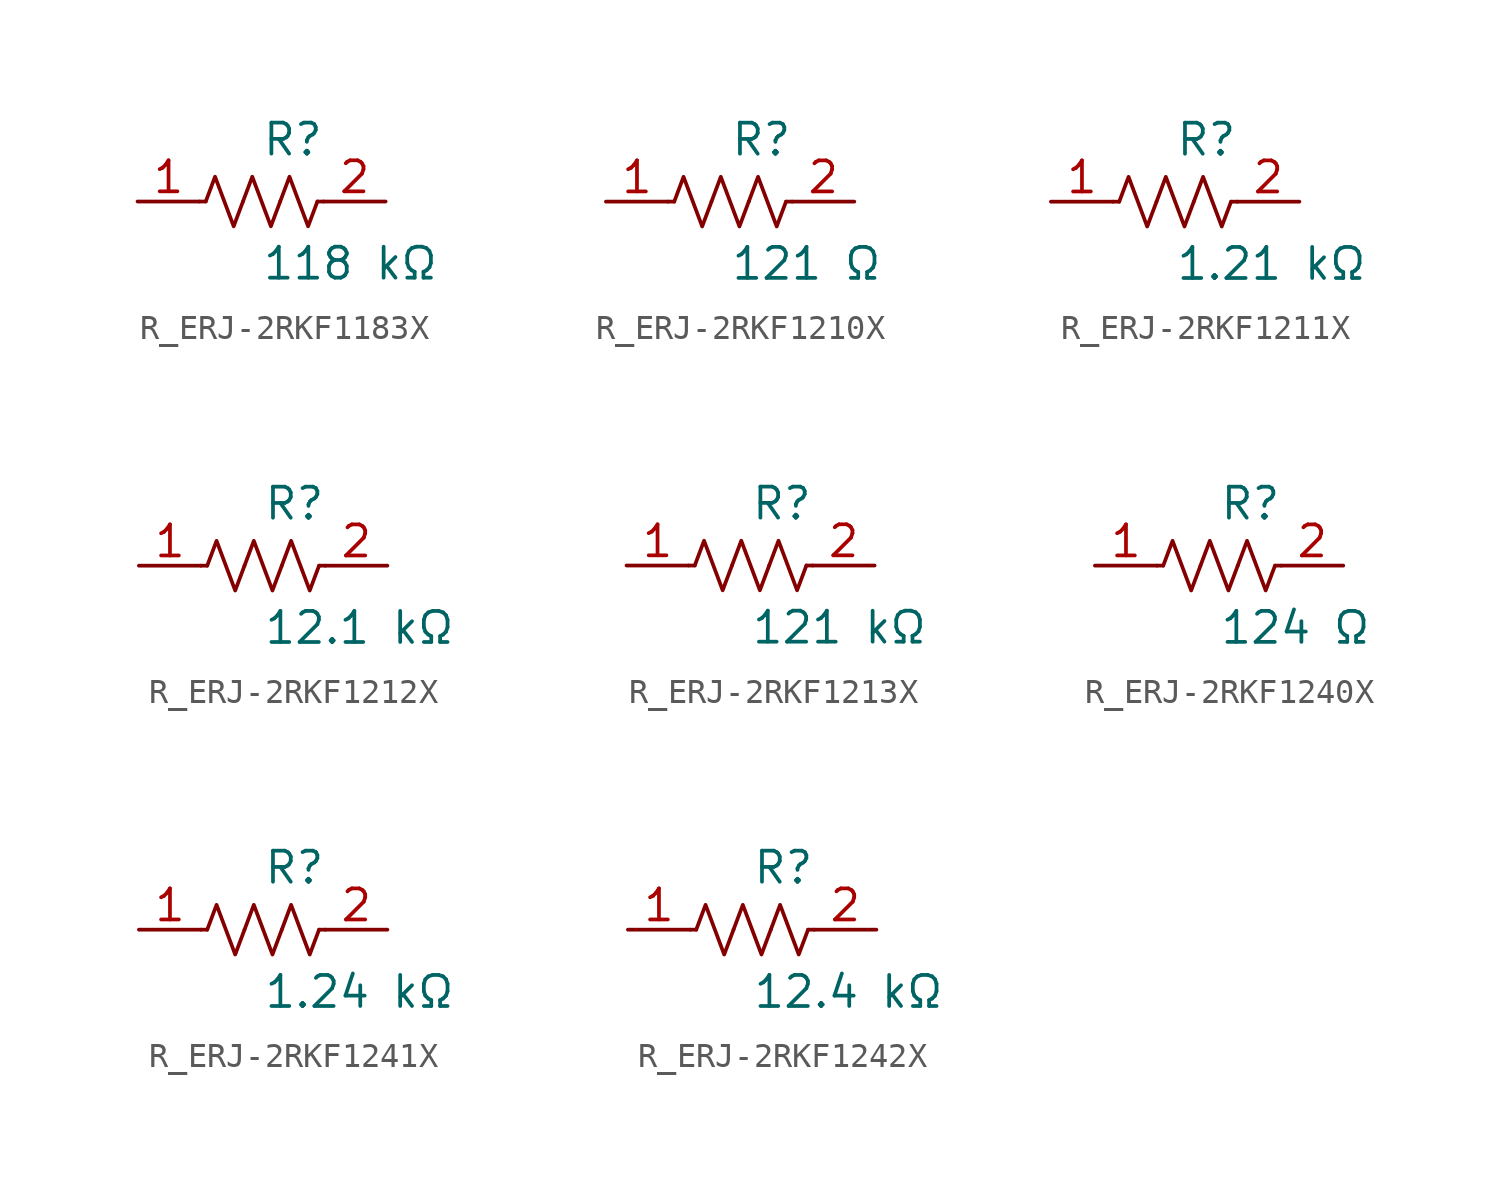
<source format=kicad_sym>
(kicad_symbol_lib
  (version 20231120)
  (generator kicad_symbol_editor)
  (generator_version 8.0)
  (symbol "R_ERJ-2RKF1183X"
    (pin_names
      (offset 0.254))
    (property "Reference" "R"
      (at 0 2.54 0)
      (effects (font (size 1.27 1.27)) (justify left)))
    (property "Value" "118 kΩ"
      (at 0 -2.54 0)
      (effects (font (size 1.27 1.27)) (justify left)))
    (symbol "R_ERJ-2RKF1183X_0_1"
      (polyline (pts (xy 2.286 0) (xy 2.54 0)) (stroke (width 0) (type default)) (fill (type none)))
      (polyline (pts (xy -2.286 0) (xy -2.54 0)) (stroke (width 0) (type default)) (fill (type none)))
      (polyline (pts (xy 0.762 0) (xy 1.143 1.016) (xy 1.524 0) (xy 1.905 -1.016) (xy 2.286 0)) (stroke (width 0) (type default)) (fill (type none)))
      (polyline (pts (xy -0.762 0) (xy -0.381 1.016) (xy 0 0) (xy 0.381 -1.016) (xy 0.762 0)) (stroke (width 0) (type default)) (fill (type none)))
      (polyline (pts (xy -2.286 0) (xy -1.905 1.016) (xy -1.524 0) (xy -1.143 -1.016) (xy -0.762 0)) (stroke (width 0) (type default)) (fill (type none))))
    (pin unspecified line
      (at -5.08 0 0)
      (length 2.54)
      (name "" (effects (font (size 1.27 1.27))))
      (number "1" (effects (font (size 1.27 1.27)))))
    (pin unspecified line
      (at 5.08 0 180)
      (length 2.54)
      (name "" (effects (font (size 1.27 1.27))))
      (number "2" (effects (font (size 1.27 1.27))))))
  (symbol "R_ERJ-2RKF1210X"
    (pin_names
      (offset 0.254))
    (property "Reference" "R"
      (at 0 2.54 0)
      (effects (font (size 1.27 1.27)) (justify left)))
    (property "Value" "121 Ω"
      (at 0 -2.54 0)
      (effects (font (size 1.27 1.27)) (justify left)))
    (symbol "R_ERJ-2RKF1210X_0_1"
      (polyline (pts (xy 2.286 0) (xy 2.54 0)) (stroke (width 0) (type default)) (fill (type none)))
      (polyline (pts (xy -2.286 0) (xy -2.54 0)) (stroke (width 0) (type default)) (fill (type none)))
      (polyline (pts (xy 0.762 0) (xy 1.143 1.016) (xy 1.524 0) (xy 1.905 -1.016) (xy 2.286 0)) (stroke (width 0) (type default)) (fill (type none)))
      (polyline (pts (xy -0.762 0) (xy -0.381 1.016) (xy 0 0) (xy 0.381 -1.016) (xy 0.762 0)) (stroke (width 0) (type default)) (fill (type none)))
      (polyline (pts (xy -2.286 0) (xy -1.905 1.016) (xy -1.524 0) (xy -1.143 -1.016) (xy -0.762 0)) (stroke (width 0) (type default)) (fill (type none))))
    (pin unspecified line
      (at -5.08 0 0)
      (length 2.54)
      (name "" (effects (font (size 1.27 1.27))))
      (number "1" (effects (font (size 1.27 1.27)))))
    (pin unspecified line
      (at 5.08 0 180)
      (length 2.54)
      (name "" (effects (font (size 1.27 1.27))))
      (number "2" (effects (font (size 1.27 1.27))))))
  (symbol "R_ERJ-2RKF1211X"
    (pin_names
      (offset 0.254))
    (property "Reference" "R"
      (at 0 2.54 0)
      (effects (font (size 1.27 1.27)) (justify left)))
    (property "Value" "1.21 kΩ"
      (at 0 -2.54 0)
      (effects (font (size 1.27 1.27)) (justify left)))
    (symbol "R_ERJ-2RKF1211X_0_1"
      (polyline (pts (xy 2.286 0) (xy 2.54 0)) (stroke (width 0) (type default)) (fill (type none)))
      (polyline (pts (xy -2.286 0) (xy -2.54 0)) (stroke (width 0) (type default)) (fill (type none)))
      (polyline (pts (xy 0.762 0) (xy 1.143 1.016) (xy 1.524 0) (xy 1.905 -1.016) (xy 2.286 0)) (stroke (width 0) (type default)) (fill (type none)))
      (polyline (pts (xy -0.762 0) (xy -0.381 1.016) (xy 0 0) (xy 0.381 -1.016) (xy 0.762 0)) (stroke (width 0) (type default)) (fill (type none)))
      (polyline (pts (xy -2.286 0) (xy -1.905 1.016) (xy -1.524 0) (xy -1.143 -1.016) (xy -0.762 0)) (stroke (width 0) (type default)) (fill (type none))))
    (pin unspecified line
      (at -5.08 0 0)
      (length 2.54)
      (name "" (effects (font (size 1.27 1.27))))
      (number "1" (effects (font (size 1.27 1.27)))))
    (pin unspecified line
      (at 5.08 0 180)
      (length 2.54)
      (name "" (effects (font (size 1.27 1.27))))
      (number "2" (effects (font (size 1.27 1.27))))))
  (symbol "R_ERJ-2RKF1212X"
    (pin_names
      (offset 0.254))
    (property "Reference" "R"
      (at 0 2.54 0)
      (effects (font (size 1.27 1.27)) (justify left)))
    (property "Value" "12.1 kΩ"
      (at 0 -2.54 0)
      (effects (font (size 1.27 1.27)) (justify left)))
    (symbol "R_ERJ-2RKF1212X_0_1"
      (polyline (pts (xy 2.286 0) (xy 2.54 0)) (stroke (width 0) (type default)) (fill (type none)))
      (polyline (pts (xy -2.286 0) (xy -2.54 0)) (stroke (width 0) (type default)) (fill (type none)))
      (polyline (pts (xy 0.762 0) (xy 1.143 1.016) (xy 1.524 0) (xy 1.905 -1.016) (xy 2.286 0)) (stroke (width 0) (type default)) (fill (type none)))
      (polyline (pts (xy -0.762 0) (xy -0.381 1.016) (xy 0 0) (xy 0.381 -1.016) (xy 0.762 0)) (stroke (width 0) (type default)) (fill (type none)))
      (polyline (pts (xy -2.286 0) (xy -1.905 1.016) (xy -1.524 0) (xy -1.143 -1.016) (xy -0.762 0)) (stroke (width 0) (type default)) (fill (type none))))
    (pin unspecified line
      (at -5.08 0 0)
      (length 2.54)
      (name "" (effects (font (size 1.27 1.27))))
      (number "1" (effects (font (size 1.27 1.27)))))
    (pin unspecified line
      (at 5.08 0 180)
      (length 2.54)
      (name "" (effects (font (size 1.27 1.27))))
      (number "2" (effects (font (size 1.27 1.27))))))
  (symbol "R_ERJ-2RKF1213X"
    (pin_names
      (offset 0.254))
    (property "Reference" "R"
      (at 0 2.54 0)
      (effects (font (size 1.27 1.27)) (justify left)))
    (property "Value" "121 kΩ"
      (at 0 -2.54 0)
      (effects (font (size 1.27 1.27)) (justify left)))
    (symbol "R_ERJ-2RKF1213X_0_1"
      (polyline (pts (xy 2.286 0) (xy 2.54 0)) (stroke (width 0) (type default)) (fill (type none)))
      (polyline (pts (xy -2.286 0) (xy -2.54 0)) (stroke (width 0) (type default)) (fill (type none)))
      (polyline (pts (xy 0.762 0) (xy 1.143 1.016) (xy 1.524 0) (xy 1.905 -1.016) (xy 2.286 0)) (stroke (width 0) (type default)) (fill (type none)))
      (polyline (pts (xy -0.762 0) (xy -0.381 1.016) (xy 0 0) (xy 0.381 -1.016) (xy 0.762 0)) (stroke (width 0) (type default)) (fill (type none)))
      (polyline (pts (xy -2.286 0) (xy -1.905 1.016) (xy -1.524 0) (xy -1.143 -1.016) (xy -0.762 0)) (stroke (width 0) (type default)) (fill (type none))))
    (pin unspecified line
      (at -5.08 0 0)
      (length 2.54)
      (name "" (effects (font (size 1.27 1.27))))
      (number "1" (effects (font (size 1.27 1.27)))))
    (pin unspecified line
      (at 5.08 0 180)
      (length 2.54)
      (name "" (effects (font (size 1.27 1.27))))
      (number "2" (effects (font (size 1.27 1.27))))))
  (symbol "R_ERJ-2RKF1240X"
    (pin_names
      (offset 0.254))
    (property "Reference" "R"
      (at 0 2.54 0)
      (effects (font (size 1.27 1.27)) (justify left)))
    (property "Value" "124 Ω"
      (at 0 -2.54 0)
      (effects (font (size 1.27 1.27)) (justify left)))
    (symbol "R_ERJ-2RKF1240X_0_1"
      (polyline (pts (xy 2.286 0) (xy 2.54 0)) (stroke (width 0) (type default)) (fill (type none)))
      (polyline (pts (xy -2.286 0) (xy -2.54 0)) (stroke (width 0) (type default)) (fill (type none)))
      (polyline (pts (xy 0.762 0) (xy 1.143 1.016) (xy 1.524 0) (xy 1.905 -1.016) (xy 2.286 0)) (stroke (width 0) (type default)) (fill (type none)))
      (polyline (pts (xy -0.762 0) (xy -0.381 1.016) (xy 0 0) (xy 0.381 -1.016) (xy 0.762 0)) (stroke (width 0) (type default)) (fill (type none)))
      (polyline (pts (xy -2.286 0) (xy -1.905 1.016) (xy -1.524 0) (xy -1.143 -1.016) (xy -0.762 0)) (stroke (width 0) (type default)) (fill (type none))))
    (pin unspecified line
      (at -5.08 0 0)
      (length 2.54)
      (name "" (effects (font (size 1.27 1.27))))
      (number "1" (effects (font (size 1.27 1.27)))))
    (pin unspecified line
      (at 5.08 0 180)
      (length 2.54)
      (name "" (effects (font (size 1.27 1.27))))
      (number "2" (effects (font (size 1.27 1.27))))))
  (symbol "R_ERJ-2RKF1241X"
    (pin_names
      (offset 0.254))
    (property "Reference" "R"
      (at 0 2.54 0)
      (effects (font (size 1.27 1.27)) (justify left)))
    (property "Value" "1.24 kΩ"
      (at 0 -2.54 0)
      (effects (font (size 1.27 1.27)) (justify left)))
    (symbol "R_ERJ-2RKF1241X_0_1"
      (polyline (pts (xy 2.286 0) (xy 2.54 0)) (stroke (width 0) (type default)) (fill (type none)))
      (polyline (pts (xy -2.286 0) (xy -2.54 0)) (stroke (width 0) (type default)) (fill (type none)))
      (polyline (pts (xy 0.762 0) (xy 1.143 1.016) (xy 1.524 0) (xy 1.905 -1.016) (xy 2.286 0)) (stroke (width 0) (type default)) (fill (type none)))
      (polyline (pts (xy -0.762 0) (xy -0.381 1.016) (xy 0 0) (xy 0.381 -1.016) (xy 0.762 0)) (stroke (width 0) (type default)) (fill (type none)))
      (polyline (pts (xy -2.286 0) (xy -1.905 1.016) (xy -1.524 0) (xy -1.143 -1.016) (xy -0.762 0)) (stroke (width 0) (type default)) (fill (type none))))
    (pin unspecified line
      (at -5.08 0 0)
      (length 2.54)
      (name "" (effects (font (size 1.27 1.27))))
      (number "1" (effects (font (size 1.27 1.27)))))
    (pin unspecified line
      (at 5.08 0 180)
      (length 2.54)
      (name "" (effects (font (size 1.27 1.27))))
      (number "2" (effects (font (size 1.27 1.27))))))
  (symbol "R_ERJ-2RKF1242X"
    (pin_names
      (offset 0.254))
    (property "Reference" "R"
      (at 0 2.54 0)
      (effects (font (size 1.27 1.27)) (justify left)))
    (property "Value" "12.4 kΩ"
      (at 0 -2.54 0)
      (effects (font (size 1.27 1.27)) (justify left)))
    (symbol "R_ERJ-2RKF1242X_0_1"
      (polyline (pts (xy 2.286 0) (xy 2.54 0)) (stroke (width 0) (type default)) (fill (type none)))
      (polyline (pts (xy -2.286 0) (xy -2.54 0)) (stroke (width 0) (type default)) (fill (type none)))
      (polyline (pts (xy 0.762 0) (xy 1.143 1.016) (xy 1.524 0) (xy 1.905 -1.016) (xy 2.286 0)) (stroke (width 0) (type default)) (fill (type none)))
      (polyline (pts (xy -0.762 0) (xy -0.381 1.016) (xy 0 0) (xy 0.381 -1.016) (xy 0.762 0)) (stroke (width 0) (type default)) (fill (type none)))
      (polyline (pts (xy -2.286 0) (xy -1.905 1.016) (xy -1.524 0) (xy -1.143 -1.016) (xy -0.762 0)) (stroke (width 0) (type default)) (fill (type none))))
    (pin unspecified line
      (at -5.08 0 0)
      (length 2.54)
      (name "" (effects (font (size 1.27 1.27))))
      (number "1" (effects (font (size 1.27 1.27)))))
    (pin unspecified line
      (at 5.08 0 180)
      (length 2.54)
      (name "" (effects (font (size 1.27 1.27))))
      (number "2" (effects (font (size 1.27 1.27)))))))
</source>
